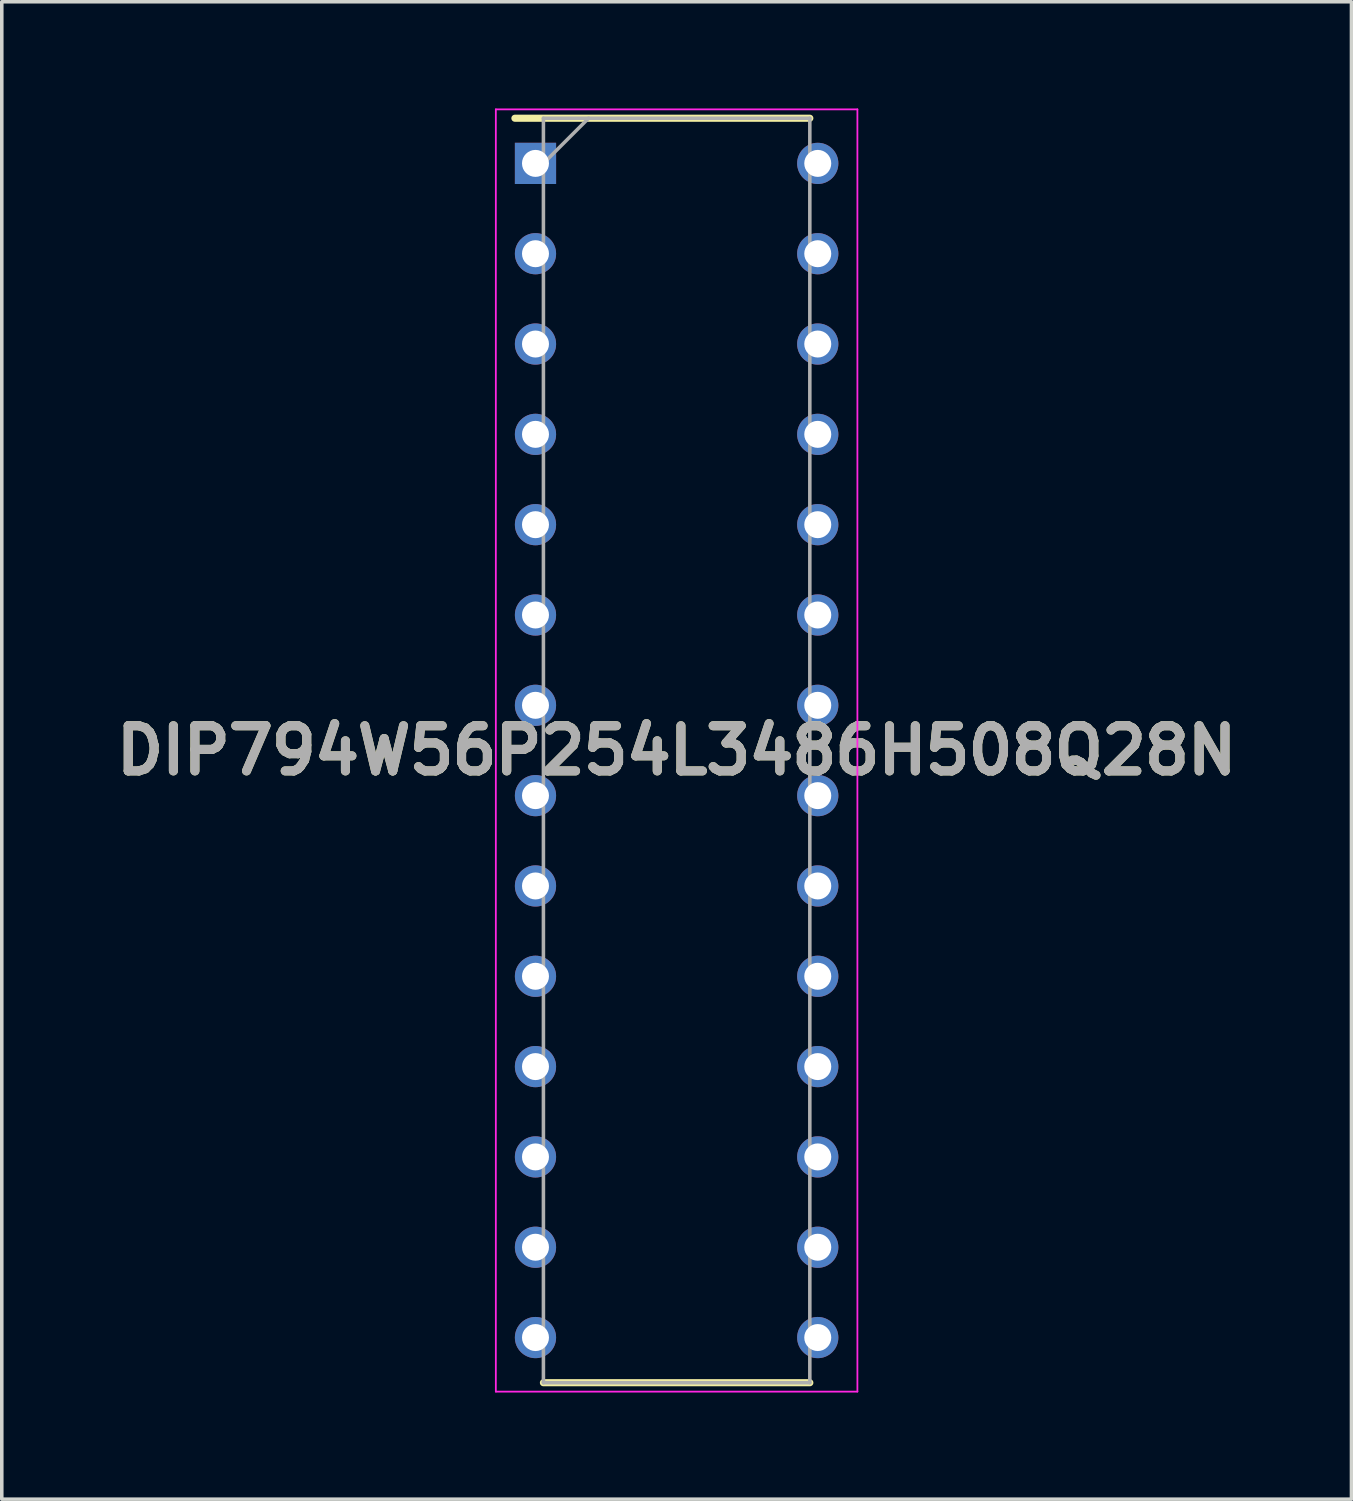
<source format=kicad_pcb>
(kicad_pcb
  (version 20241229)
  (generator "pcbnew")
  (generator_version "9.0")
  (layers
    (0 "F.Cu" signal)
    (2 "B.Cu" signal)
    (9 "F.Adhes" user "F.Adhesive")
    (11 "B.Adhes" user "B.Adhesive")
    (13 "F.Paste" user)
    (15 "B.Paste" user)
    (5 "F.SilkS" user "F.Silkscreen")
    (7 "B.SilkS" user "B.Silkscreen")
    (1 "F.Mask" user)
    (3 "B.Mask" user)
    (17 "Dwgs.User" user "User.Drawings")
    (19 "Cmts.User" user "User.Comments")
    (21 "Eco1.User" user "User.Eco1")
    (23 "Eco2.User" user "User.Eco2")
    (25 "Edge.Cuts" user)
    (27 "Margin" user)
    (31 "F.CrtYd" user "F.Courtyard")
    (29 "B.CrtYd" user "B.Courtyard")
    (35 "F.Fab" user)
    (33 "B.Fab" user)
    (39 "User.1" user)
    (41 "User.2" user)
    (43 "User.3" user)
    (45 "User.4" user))
  (footprint "DIP794W56P254L3486H508Q28N"
    (layer "F.Cu")
    (at 15.978 18.055)
    (property "Reference" "DIP794W56P254L3486H508Q28N" (at 0 0 0) (layer "F.SilkS") (effects (font (size 1.27 1.27) (thickness 0.254))))
    (attr through_hole)
    (fp_line (start -4.548 -17.78) (end 3.746 -17.78) (stroke (width 0.2) (type solid)) (layer "F.SilkS"))
    (fp_line (start -3.746 17.78) (end 3.746 17.78) (stroke (width 0.2) (type solid)) (layer "F.SilkS"))
    (fp_line (start -5.084 -18.03) (end 5.084 -18.03) (stroke (width 0.05) (type solid)) (layer "F.CrtYd"))
    (fp_line (start -5.084 18.03) (end -5.084 -18.03) (stroke (width 0.05) (type solid)) (layer "F.CrtYd"))
    (fp_line (start 5.084 -18.03) (end 5.084 18.03) (stroke (width 0.05) (type solid)) (layer "F.CrtYd"))
    (fp_line (start 5.084 18.03) (end -5.084 18.03) (stroke (width 0.05) (type solid)) (layer "F.CrtYd"))
    (fp_line (start -3.746 -17.78) (end 3.746 -17.78) (stroke (width 0.1) (type solid)) (layer "F.Fab"))
    (fp_line (start -3.746 -16.51) (end -2.476 -17.78) (stroke (width 0.1) (type solid)) (layer "F.Fab"))
    (fp_line (start -3.746 17.78) (end -3.746 -17.78) (stroke (width 0.1) (type solid)) (layer "F.Fab"))
    (fp_line (start 3.746 -17.78) (end 3.746 17.78) (stroke (width 0.1) (type solid)) (layer "F.Fab"))
    (fp_line (start 3.746 17.78) (end -3.746 17.78) (stroke (width 0.1) (type solid)) (layer "F.Fab"))
    (fp_text user "${REFERENCE}" (at 0 0 0) (layer "F.Fab") (effects (font (size 1.27 1.27) (thickness 0.254))))
    (pad "1" thru_hole rect (at -3.969 -16.51) (size 1.159 1.159) (drill 0.759) (layers "*.Cu" "*.Mask"))
    (pad "2" thru_hole circle (at -3.969 -13.97) (size 1.159 1.159) (drill 0.759) (layers "*.Cu" "*.Mask"))
    (pad "3" thru_hole circle (at -3.969 -11.43) (size 1.159 1.159) (drill 0.759) (layers "*.Cu" "*.Mask"))
    (pad "4" thru_hole circle (at -3.969 -8.89) (size 1.159 1.159) (drill 0.759) (layers "*.Cu" "*.Mask"))
    (pad "5" thru_hole circle (at -3.969 -6.35) (size 1.159 1.159) (drill 0.759) (layers "*.Cu" "*.Mask"))
    (pad "6" thru_hole circle (at -3.969 -3.81) (size 1.159 1.159) (drill 0.759) (layers "*.Cu" "*.Mask"))
    (pad "7" thru_hole circle (at -3.969 -1.27) (size 1.159 1.159) (drill 0.759) (layers "*.Cu" "*.Mask"))
    (pad "8" thru_hole circle (at -3.969 1.27) (size 1.159 1.159) (drill 0.759) (layers "*.Cu" "*.Mask"))
    (pad "9" thru_hole circle (at -3.969 3.81) (size 1.159 1.159) (drill 0.759) (layers "*.Cu" "*.Mask"))
    (pad "10" thru_hole circle (at -3.969 6.35) (size 1.159 1.159) (drill 0.759) (layers "*.Cu" "*.Mask"))
    (pad "11" thru_hole circle (at -3.969 8.89) (size 1.159 1.159) (drill 0.759) (layers "*.Cu" "*.Mask"))
    (pad "12" thru_hole circle (at -3.969 11.43) (size 1.159 1.159) (drill 0.759) (layers "*.Cu" "*.Mask"))
    (pad "13" thru_hole circle (at -3.969 13.97) (size 1.159 1.159) (drill 0.759) (layers "*.Cu" "*.Mask"))
    (pad "14" thru_hole circle (at -3.969 16.51) (size 1.159 1.159) (drill 0.759) (layers "*.Cu" "*.Mask"))
    (pad "15" thru_hole circle (at 3.969 16.51) (size 1.159 1.159) (drill 0.759) (layers "*.Cu" "*.Mask"))
    (pad "16" thru_hole circle (at 3.969 13.97) (size 1.159 1.159) (drill 0.759) (layers "*.Cu" "*.Mask"))
    (pad "17" thru_hole circle (at 3.969 11.43) (size 1.159 1.159) (drill 0.759) (layers "*.Cu" "*.Mask"))
    (pad "18" thru_hole circle (at 3.969 8.89) (size 1.159 1.159) (drill 0.759) (layers "*.Cu" "*.Mask"))
    (pad "19" thru_hole circle (at 3.969 6.35) (size 1.159 1.159) (drill 0.759) (layers "*.Cu" "*.Mask"))
    (pad "20" thru_hole circle (at 3.969 3.81) (size 1.159 1.159) (drill 0.759) (layers "*.Cu" "*.Mask"))
    (pad "21" thru_hole circle (at 3.969 1.27) (size 1.159 1.159) (drill 0.759) (layers "*.Cu" "*.Mask"))
    (pad "22" thru_hole circle (at 3.969 -1.27) (size 1.159 1.159) (drill 0.759) (layers "*.Cu" "*.Mask"))
    (pad "23" thru_hole circle (at 3.969 -3.81) (size 1.159 1.159) (drill 0.759) (layers "*.Cu" "*.Mask"))
    (pad "24" thru_hole circle (at 3.969 -6.35) (size 1.159 1.159) (drill 0.759) (layers "*.Cu" "*.Mask"))
    (pad "25" thru_hole circle (at 3.969 -8.89) (size 1.159 1.159) (drill 0.759) (layers "*.Cu" "*.Mask"))
    (pad "26" thru_hole circle (at 3.969 -11.43) (size 1.159 1.159) (drill 0.759) (layers "*.Cu" "*.Mask"))
    (pad "27" thru_hole circle (at 3.969 -13.97) (size 1.159 1.159) (drill 0.759) (layers "*.Cu" "*.Mask"))
    (pad "28" thru_hole circle (at 3.969 -16.51) (size 1.159 1.159) (drill 0.759) (layers "*.Cu" "*.Mask")))
  (gr_rect
    (start -3 -3)
    (end 34.956 39.11)
    (stroke (width 0.1) (type default))
    (fill no)
    (layer "Edge.Cuts")))
</source>
